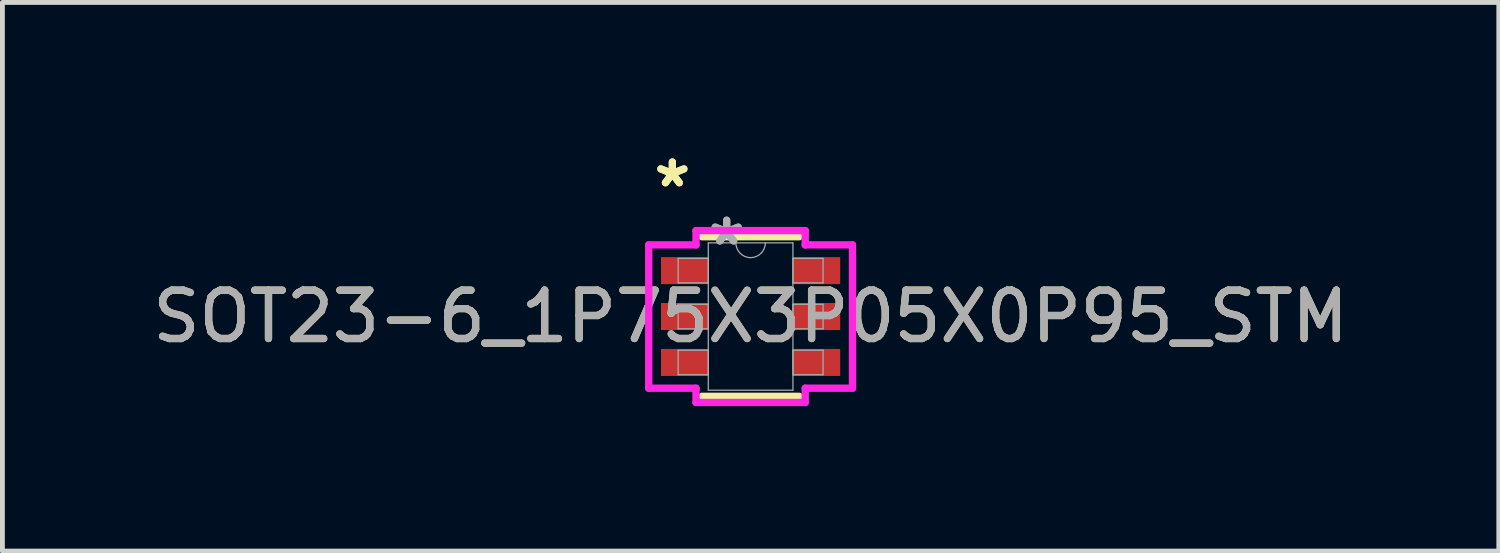
<source format=kicad_pcb>
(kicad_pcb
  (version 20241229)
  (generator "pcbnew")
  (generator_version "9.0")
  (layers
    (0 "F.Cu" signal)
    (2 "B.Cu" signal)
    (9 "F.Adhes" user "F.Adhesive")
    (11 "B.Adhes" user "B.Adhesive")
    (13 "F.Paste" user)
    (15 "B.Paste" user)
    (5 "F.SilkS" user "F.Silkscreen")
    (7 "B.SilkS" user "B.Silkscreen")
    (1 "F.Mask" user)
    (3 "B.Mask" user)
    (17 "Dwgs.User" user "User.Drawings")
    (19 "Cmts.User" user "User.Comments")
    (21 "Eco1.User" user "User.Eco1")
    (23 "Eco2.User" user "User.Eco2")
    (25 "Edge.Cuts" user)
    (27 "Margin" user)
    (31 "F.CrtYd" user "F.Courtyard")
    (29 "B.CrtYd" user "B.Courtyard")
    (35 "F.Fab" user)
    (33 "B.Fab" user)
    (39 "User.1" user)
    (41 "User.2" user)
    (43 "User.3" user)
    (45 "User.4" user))
  (footprint "SOT23-6_1P75X3P05X0P95_STM"
    (layer "F.Cu")
    (at 12.482 3.5)
    (property "Reference" "SOT23-6_1P75X3P05X0P95_STM" (at 0 0 0) (unlocked yes) (layer "F.SilkS") (effects (font (size 1 1) (thickness 0.15))))
    (attr smd)
    (fp_line (start -1.003 1.651) (end 1.003 1.651) (stroke (width 0.152) (type solid)) (layer "F.SilkS"))
    (fp_line (start 1.003 -1.651) (end -1.003 -1.651) (stroke (width 0.152) (type solid)) (layer "F.SilkS"))
    (fp_line (start -2.108 -1.483) (end -1.13 -1.483) (stroke (width 0.152) (type solid)) (layer "F.CrtYd"))
    (fp_line (start -2.108 1.483) (end -2.108 -1.483) (stroke (width 0.152) (type solid)) (layer "F.CrtYd"))
    (fp_line (start -2.108 1.483) (end -1.13 1.483) (stroke (width 0.152) (type solid)) (layer "F.CrtYd"))
    (fp_line (start -1.13 -1.778) (end 1.13 -1.778) (stroke (width 0.152) (type solid)) (layer "F.CrtYd"))
    (fp_line (start -1.13 -1.483) (end -1.13 -1.778) (stroke (width 0.152) (type solid)) (layer "F.CrtYd"))
    (fp_line (start -1.13 1.778) (end -1.13 1.483) (stroke (width 0.152) (type solid)) (layer "F.CrtYd"))
    (fp_line (start 1.13 -1.778) (end 1.13 -1.483) (stroke (width 0.152) (type solid)) (layer "F.CrtYd"))
    (fp_line (start 1.13 1.483) (end 1.13 1.778) (stroke (width 0.152) (type solid)) (layer "F.CrtYd"))
    (fp_line (start 1.13 1.778) (end -1.13 1.778) (stroke (width 0.152) (type solid)) (layer "F.CrtYd"))
    (fp_line (start 2.108 -1.483) (end 1.13 -1.483) (stroke (width 0.152) (type solid)) (layer "F.CrtYd"))
    (fp_line (start 2.108 -1.483) (end 2.108 1.483) (stroke (width 0.152) (type solid)) (layer "F.CrtYd"))
    (fp_line (start 2.108 1.483) (end 1.13 1.483) (stroke (width 0.152) (type solid)) (layer "F.CrtYd"))
    (fp_line (start -1.499 -1.204) (end -1.499 -0.696) (stroke (width 0.025) (type solid)) (layer "F.Fab"))
    (fp_line (start -1.499 -0.696) (end -0.876 -0.696) (stroke (width 0.025) (type solid)) (layer "F.Fab"))
    (fp_line (start -1.499 -0.254) (end -1.499 0.254) (stroke (width 0.025) (type solid)) (layer "F.Fab"))
    (fp_line (start -1.499 0.254) (end -0.876 0.254) (stroke (width 0.025) (type solid)) (layer "F.Fab"))
    (fp_line (start -1.499 0.696) (end -1.499 1.204) (stroke (width 0.025) (type solid)) (layer "F.Fab"))
    (fp_line (start -1.499 1.204) (end -0.876 1.204) (stroke (width 0.025) (type solid)) (layer "F.Fab"))
    (fp_line (start -0.876 -1.524) (end -0.876 1.524) (stroke (width 0.025) (type solid)) (layer "F.Fab"))
    (fp_line (start -0.876 -1.204) (end -1.499 -1.204) (stroke (width 0.025) (type solid)) (layer "F.Fab"))
    (fp_line (start -0.876 -0.696) (end -0.876 -1.204) (stroke (width 0.025) (type solid)) (layer "F.Fab"))
    (fp_line (start -0.876 -0.254) (end -1.499 -0.254) (stroke (width 0.025) (type solid)) (layer "F.Fab"))
    (fp_line (start -0.876 0.254) (end -0.876 -0.254) (stroke (width 0.025) (type solid)) (layer "F.Fab"))
    (fp_line (start -0.876 0.696) (end -1.499 0.696) (stroke (width 0.025) (type solid)) (layer "F.Fab"))
    (fp_line (start -0.876 1.204) (end -0.876 0.696) (stroke (width 0.025) (type solid)) (layer "F.Fab"))
    (fp_line (start -0.876 1.524) (end 0.876 1.524) (stroke (width 0.025) (type solid)) (layer "F.Fab"))
    (fp_line (start 0.876 -1.524) (end -0.876 -1.524) (stroke (width 0.025) (type solid)) (layer "F.Fab"))
    (fp_line (start 0.876 -1.204) (end 0.876 -0.696) (stroke (width 0.025) (type solid)) (layer "F.Fab"))
    (fp_line (start 0.876 -0.696) (end 1.499 -0.696) (stroke (width 0.025) (type solid)) (layer "F.Fab"))
    (fp_line (start 0.876 -0.254) (end 0.876 0.254) (stroke (width 0.025) (type solid)) (layer "F.Fab"))
    (fp_line (start 0.876 0.254) (end 1.499 0.254) (stroke (width 0.025) (type solid)) (layer "F.Fab"))
    (fp_line (start 0.876 0.696) (end 0.876 1.204) (stroke (width 0.025) (type solid)) (layer "F.Fab"))
    (fp_line (start 0.876 1.204) (end 1.499 1.204) (stroke (width 0.025) (type solid)) (layer "F.Fab"))
    (fp_line (start 0.876 1.524) (end 0.876 -1.524) (stroke (width 0.025) (type solid)) (layer "F.Fab"))
    (fp_line (start 1.499 -1.204) (end 0.876 -1.204) (stroke (width 0.025) (type solid)) (layer "F.Fab"))
    (fp_line (start 1.499 -0.696) (end 1.499 -1.204) (stroke (width 0.025) (type solid)) (layer "F.Fab"))
    (fp_line (start 1.499 -0.254) (end 0.876 -0.254) (stroke (width 0.025) (type solid)) (layer "F.Fab"))
    (fp_line (start 1.499 0.254) (end 1.499 -0.254) (stroke (width 0.025) (type solid)) (layer "F.Fab"))
    (fp_line (start 1.499 0.696) (end 0.876 0.696) (stroke (width 0.025) (type solid)) (layer "F.Fab"))
    (fp_line (start 1.499 1.204) (end 1.499 0.696) (stroke (width 0.025) (type solid)) (layer "F.Fab"))
    (fp_arc (start 0.3048 -1.524) (mid 0 -1.2192) (end -0.3048 -1.524) (stroke (width 0.0254) (type solid)) (layer "F.Fab"))
    (fp_text user "*" (at -1.619 -2.652 0) (layer "F.SilkS") (effects (font (size 1 1) (thickness 0.15))))
    (fp_text user "*" (at -1.619 -2.652 0) (unlocked yes) (layer "F.SilkS") (effects (font (size 1 1) (thickness 0.15))))
    (fp_text user "${REFERENCE}" (at 0 0 0) (unlocked yes) (layer "F.Fab") (effects (font (size 1 1) (thickness 0.15))))
    (fp_text user "*" (at -0.495 -1.448 0) (layer "F.Fab") (effects (font (size 1 1) (thickness 0.15))))
    (fp_text user "*" (at -0.495 -1.448 0) (unlocked yes) (layer "F.Fab") (effects (font (size 1 1) (thickness 0.15))))
    (pad "1" smd rect (at -1.365 -0.95) (size 0.978 0.559) (layers "F.Cu" "F.Mask" "F.Paste"))
    (pad "2" smd rect (at -1.365 0) (size 0.978 0.559) (layers "F.Cu" "F.Mask" "F.Paste"))
    (pad "3" smd rect (at -1.365 0.95) (size 0.978 0.559) (layers "F.Cu" "F.Mask" "F.Paste"))
    (pad "4" smd rect (at 1.365 0.95) (size 0.978 0.559) (layers "F.Cu" "F.Mask" "F.Paste"))
    (pad "5" smd rect (at 1.365 0) (size 0.978 0.559) (layers "F.Cu" "F.Mask" "F.Paste"))
    (pad "6" smd rect (at 1.365 -0.95) (size 0.978 0.559) (layers "F.Cu" "F.Mask" "F.Paste")))
  (gr_rect
    (start -3 -3)
    (end 27.964 8.354)
    (stroke (width 0.1) (type default))
    (fill no)
    (layer "Edge.Cuts")))
</source>
